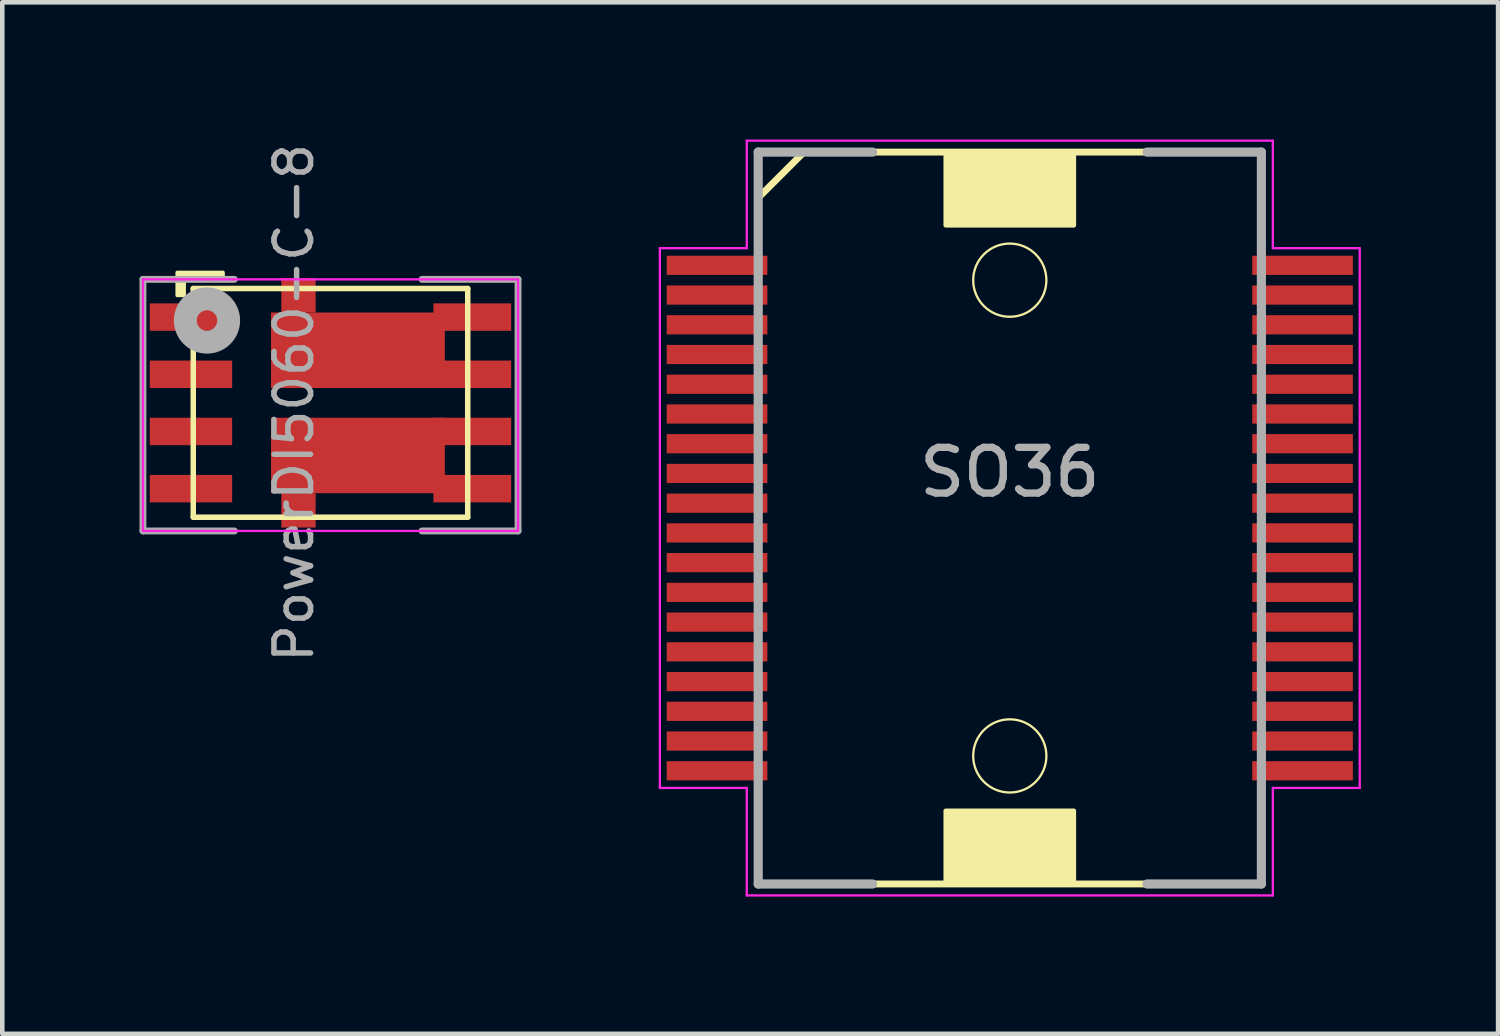
<source format=kicad_pcb>
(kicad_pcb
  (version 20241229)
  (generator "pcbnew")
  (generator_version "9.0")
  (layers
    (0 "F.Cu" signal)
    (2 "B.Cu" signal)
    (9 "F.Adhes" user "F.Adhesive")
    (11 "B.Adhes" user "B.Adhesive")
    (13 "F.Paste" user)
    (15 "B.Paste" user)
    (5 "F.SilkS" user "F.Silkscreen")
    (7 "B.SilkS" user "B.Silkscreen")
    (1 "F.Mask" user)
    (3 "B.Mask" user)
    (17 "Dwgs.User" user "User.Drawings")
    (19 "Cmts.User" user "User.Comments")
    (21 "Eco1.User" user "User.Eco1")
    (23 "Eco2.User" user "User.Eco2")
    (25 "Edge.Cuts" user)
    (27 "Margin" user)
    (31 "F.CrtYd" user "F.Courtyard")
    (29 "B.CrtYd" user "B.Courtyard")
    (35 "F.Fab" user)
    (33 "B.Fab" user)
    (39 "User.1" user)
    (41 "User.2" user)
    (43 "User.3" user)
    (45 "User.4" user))
  (footprint "PowerDI5060-C-8"
    (layer "F.Cu")
    (at 4.175 5.757)
    (property "Reference" "PowerDI5060-C-8" (at -0.8 0 270) (layer "F.Fab") (effects (font (size 0.8 0.8) (thickness 0.12))))
    (attr through_hole)
    (fp_line (start -3 -2.5) (end -3 2.5) (stroke (width 0.12) (type solid)) (layer "F.SilkS"))
    (fp_line (start -3 2.5) (end 3 2.5) (stroke (width 0.12) (type solid)) (layer "F.SilkS"))
    (fp_line (start 3 -2.5) (end -3 -2.5) (stroke (width 0.12) (type solid)) (layer "F.SilkS"))
    (fp_line (start 3 2.5) (end 3 -2.5) (stroke (width 0.12) (type solid)) (layer "F.SilkS"))
    (fp_poly (pts (xy -2.35 -2.7) (xy -3.2 -2.7) (xy -3.2 -2.35) (xy -3.35 -2.35) (xy -3.35 -2.85) (xy -2.35 -2.85)) (stroke (width 0.08) (type solid)) (fill yes) (layer "F.SilkS"))
    (fp_line (start -4.1 -2.7) (end -4.1 2.8) (stroke (width 0.05) (type solid)) (layer "F.CrtYd"))
    (fp_line (start 4.1 -2.7) (end -4.1 -2.7) (stroke (width 0.05) (type solid)) (layer "F.CrtYd"))
    (fp_line (start 4.1 -2.7) (end 4.1 2.8) (stroke (width 0.05) (type solid)) (layer "F.CrtYd"))
    (fp_line (start 4.1 2.8) (end -4.1 2.8) (stroke (width 0.05) (type solid)) (layer "F.CrtYd"))
    (fp_line (start -4.1 2.8) (end -4.1 -2.7) (stroke (width 0.15) (type solid)) (layer "F.Fab"))
    (fp_line (start -2.1 -2.7) (end -4.1 -2.7) (stroke (width 0.15) (type solid)) (layer "F.Fab"))
    (fp_line (start -2.1 2.8) (end -4.1 2.8) (stroke (width 0.15) (type solid)) (layer "F.Fab"))
    (fp_line (start 4.1 -2.7) (end 2 -2.7) (stroke (width 0.15) (type solid)) (layer "F.Fab"))
    (fp_line (start 4.1 2.8) (end 2 2.8) (stroke (width 0.15) (type solid)) (layer "F.Fab"))
    (fp_line (start 4.1 2.8) (end 4.1 -2.7) (stroke (width 0.15) (type solid)) (layer "F.Fab"))
    (fp_circle (center -2.7 -1.8) (end -2.476 -1.8) (stroke (width 0.5) (type solid)) (fill no) (layer "F.Fab"))
    (pad "1" smd rect (at -3.05 -1.875) (size 1.8 0.6) (layers "F.Cu" "F.Mask" "F.Paste"))
    (pad "2" smd rect (at -3.05 -0.625) (size 1.8 0.6) (layers "F.Cu" "F.Mask" "F.Paste"))
    (pad "3" smd rect (at -3.05 0.625) (size 1.8 0.6) (layers "F.Cu" "F.Mask" "F.Paste"))
    (pad "4" smd rect (at -3.05 1.875) (size 1.8 0.6) (layers "F.Cu" "F.Mask" "F.Paste"))
    (pad "5" smd rect (at -0.7 2.35) (size 0.75 0.75) (layers "F.Cu" "F.Mask" "F.Paste"))
    (pad "5" smd rect (at 0.6 1.15) (size 3.8 1.65) (layers "F.Cu" "F.Mask" "F.Paste"))
    (pad "5" smd rect (at 3.1 0.625) (size 1.7 0.6) (layers "F.Cu" "F.Mask" "F.Paste"))
    (pad "5" smd rect (at 3.1 1.875) (size 1.7 0.6) (layers "F.Cu" "F.Mask" "F.Paste"))
    (pad "6" smd rect (at -0.7 -2.35) (size 0.75 0.75) (layers "F.Cu" "F.Mask" "F.Paste"))
    (pad "6" smd rect (at 0.6 -1.15) (size 3.8 1.65) (layers "F.Cu" "F.Mask" "F.Paste"))
    (pad "6" smd rect (at 3.1 -1.875) (size 1.7 0.6) (layers "F.Cu" "F.Mask" "F.Paste"))
    (pad "6" smd rect (at 3.1 -0.625) (size 1.7 0.6) (layers "F.Cu" "F.Mask" "F.Paste")))
  (footprint "SO36"
    (layer "F.Cu")
    (at 19.025 8.275)
    (property "Reference" "SO36" (at 0 -1 0) (layer "F.Fab") (effects (font (size 1 1) (thickness 0.16))))
    (attr through_hole)
    (fp_line (start -5.5 -7) (end -4.5 -8) (stroke (width 0.15) (type solid)) (layer "F.SilkS"))
    (fp_line (start -5.5 8) (end -5.5 -7) (stroke (width 0.15) (type solid)) (layer "F.SilkS"))
    (fp_line (start -5.5 8) (end 5.5 8) (stroke (width 0.15) (type solid)) (layer "F.SilkS"))
    (fp_line (start -4.5 -8) (end 5.5 -8) (stroke (width 0.15) (type solid)) (layer "F.SilkS"))
    (fp_line (start 5.5 8) (end 5.5 -8) (stroke (width 0.15) (type solid)) (layer "F.SilkS"))
    (fp_circle (center 0 -5.2) (end 0.8 -5.2) (stroke (width 0.05) (type solid)) (fill no) (layer "F.SilkS"))
    (fp_circle (center 0 5.2) (end 0.8 5.2) (stroke (width 0.05) (type solid)) (fill no) (layer "F.SilkS"))
    (fp_poly (pts (xy 1.4 -6.4) (xy -1.4 -6.4) (xy -1.4 -8) (xy 1.4 -8)) (stroke (width 0.1) (type solid)) (fill yes) (layer "F.SilkS"))
    (fp_poly (pts (xy 1.4 8) (xy -1.4 8) (xy -1.4 6.4) (xy 1.4 6.4)) (stroke (width 0.1) (type solid)) (fill yes) (layer "F.SilkS"))
    (fp_line (start -7.65 5.9) (end -7.65 -5.9) (stroke (width 0.05) (type solid)) (layer "F.CrtYd"))
    (fp_line (start -5.75 -8.25) (end -5.75 -5.9) (stroke (width 0.05) (type solid)) (layer "F.CrtYd"))
    (fp_line (start -5.75 -5.9) (end -7.65 -5.9) (stroke (width 0.05) (type solid)) (layer "F.CrtYd"))
    (fp_line (start -5.75 5.9) (end -7.65 5.9) (stroke (width 0.05) (type solid)) (layer "F.CrtYd"))
    (fp_line (start -5.75 5.9) (end -5.75 8.25) (stroke (width 0.05) (type solid)) (layer "F.CrtYd"))
    (fp_line (start 5.75 -8.25) (end -5.75 -8.25) (stroke (width 0.05) (type solid)) (layer "F.CrtYd"))
    (fp_line (start 5.75 -5.9) (end 5.75 -8.25) (stroke (width 0.05) (type solid)) (layer "F.CrtYd"))
    (fp_line (start 5.75 -5.9) (end 7.65 -5.9) (stroke (width 0.05) (type solid)) (layer "F.CrtYd"))
    (fp_line (start 5.75 5.9) (end 7.65 5.9) (stroke (width 0.05) (type solid)) (layer "F.CrtYd"))
    (fp_line (start 5.75 8.25) (end -5.75 8.25) (stroke (width 0.05) (type solid)) (layer "F.CrtYd"))
    (fp_line (start 5.75 8.25) (end 5.75 5.9) (stroke (width 0.05) (type solid)) (layer "F.CrtYd"))
    (fp_line (start 7.65 -5.9) (end 7.65 5.9) (stroke (width 0.05) (type solid)) (layer "F.CrtYd"))
    (fp_line (start -5.5 -8) (end -5.5 8) (stroke (width 0.2) (type solid)) (layer "F.Fab"))
    (fp_line (start -5.5 -8) (end -3 -8) (stroke (width 0.2) (type solid)) (layer "F.Fab"))
    (fp_line (start -5.5 8) (end -3 8) (stroke (width 0.2) (type solid)) (layer "F.Fab"))
    (fp_line (start 3 -8) (end 5.5 -8) (stroke (width 0.2) (type solid)) (layer "F.Fab"))
    (fp_line (start 3 8) (end 5.5 8) (stroke (width 0.2) (type solid)) (layer "F.Fab"))
    (fp_line (start 5.5 -8) (end 5.5 8) (stroke (width 0.2) (type solid)) (layer "F.Fab"))
    (pad "1" smd rect (at -6.4 -5.525) (size 2.2 0.42) (layers "F.Cu" "F.Mask" "F.Paste"))
    (pad "2" smd rect (at -6.4 -4.875) (size 2.2 0.42) (layers "F.Cu" "F.Mask" "F.Paste"))
    (pad "3" smd rect (at -6.4 -4.225) (size 2.2 0.42) (layers "F.Cu" "F.Mask" "F.Paste"))
    (pad "4" smd rect (at -6.4 -3.575) (size 2.2 0.42) (layers "F.Cu" "F.Mask" "F.Paste"))
    (pad "5" smd rect (at -6.4 -2.925) (size 2.2 0.42) (layers "F.Cu" "F.Mask" "F.Paste"))
    (pad "6" smd rect (at -6.4 -2.275) (size 2.2 0.42) (layers "F.Cu" "F.Mask" "F.Paste"))
    (pad "7" smd rect (at -6.4 -1.625) (size 2.2 0.42) (layers "F.Cu" "F.Mask" "F.Paste"))
    (pad "8" smd rect (at -6.4 -0.975) (size 2.2 0.42) (layers "F.Cu" "F.Mask" "F.Paste"))
    (pad "9" smd rect (at -6.4 -0.325) (size 2.2 0.42) (layers "F.Cu" "F.Mask" "F.Paste"))
    (pad "10" smd rect (at -6.4 0.325) (size 2.2 0.42) (layers "F.Cu" "F.Mask" "F.Paste"))
    (pad "11" smd rect (at -6.4 0.975) (size 2.2 0.42) (layers "F.Cu" "F.Mask" "F.Paste"))
    (pad "12" smd rect (at -6.4 1.625) (size 2.2 0.42) (layers "F.Cu" "F.Mask" "F.Paste"))
    (pad "13" smd rect (at -6.4 2.275) (size 2.2 0.42) (layers "F.Cu" "F.Mask" "F.Paste"))
    (pad "14" smd rect (at -6.4 2.925) (size 2.2 0.42) (layers "F.Cu" "F.Mask" "F.Paste"))
    (pad "15" smd rect (at -6.4 3.575) (size 2.2 0.42) (layers "F.Cu" "F.Mask" "F.Paste"))
    (pad "16" smd rect (at -6.4 4.225) (size 2.2 0.42) (layers "F.Cu" "F.Mask" "F.Paste"))
    (pad "17" smd rect (at -6.4 4.875) (size 2.2 0.42) (layers "F.Cu" "F.Mask" "F.Paste"))
    (pad "18" smd rect (at -6.4 5.525) (size 2.2 0.42) (layers "F.Cu" "F.Mask" "F.Paste"))
    (pad "19" smd rect (at 6.4 5.525) (size 2.2 0.42) (layers "F.Cu" "F.Mask" "F.Paste"))
    (pad "20" smd rect (at 6.4 4.875) (size 2.2 0.42) (layers "F.Cu" "F.Mask" "F.Paste"))
    (pad "21" smd rect (at 6.4 4.225) (size 2.2 0.42) (layers "F.Cu" "F.Mask" "F.Paste"))
    (pad "22" smd rect (at 6.4 3.575) (size 2.2 0.42) (layers "F.Cu" "F.Mask" "F.Paste"))
    (pad "23" smd rect (at 6.4 2.925) (size 2.2 0.42) (layers "F.Cu" "F.Mask" "F.Paste"))
    (pad "24" smd rect (at 6.4 2.275) (size 2.2 0.42) (layers "F.Cu" "F.Mask" "F.Paste"))
    (pad "25" smd rect (at 6.4 1.625) (size 2.2 0.42) (layers "F.Cu" "F.Mask" "F.Paste"))
    (pad "26" smd rect (at 6.4 0.975) (size 2.2 0.42) (layers "F.Cu" "F.Mask" "F.Paste"))
    (pad "27" smd rect (at 6.4 0.325) (size 2.2 0.42) (layers "F.Cu" "F.Mask" "F.Paste"))
    (pad "28" smd rect (at 6.4 -0.325) (size 2.2 0.42) (layers "F.Cu" "F.Mask" "F.Paste"))
    (pad "29" smd rect (at 6.4 -0.975) (size 2.2 0.42) (layers "F.Cu" "F.Mask" "F.Paste"))
    (pad "30" smd rect (at 6.4 -1.625) (size 2.2 0.42) (layers "F.Cu" "F.Mask" "F.Paste"))
    (pad "31" smd rect (at 6.4 -2.275) (size 2.2 0.42) (layers "F.Cu" "F.Mask" "F.Paste"))
    (pad "32" smd rect (at 6.4 -2.925) (size 2.2 0.42) (layers "F.Cu" "F.Mask" "F.Paste"))
    (pad "33" smd rect (at 6.4 -3.575) (size 2.2 0.42) (layers "F.Cu" "F.Mask" "F.Paste"))
    (pad "34" smd rect (at 6.4 -4.225) (size 2.2 0.42) (layers "F.Cu" "F.Mask" "F.Paste"))
    (pad "35" smd rect (at 6.4 -4.875) (size 2.2 0.42) (layers "F.Cu" "F.Mask" "F.Paste"))
    (pad "36" smd rect (at 6.4 -5.525) (size 2.2 0.42) (layers "F.Cu" "F.Mask" "F.Paste")))
  (gr_rect
    (start -3 -3)
    (end 29.7 19.55)
    (stroke (width 0.1) (type default))
    (fill no)
    (layer "Edge.Cuts")))
</source>
